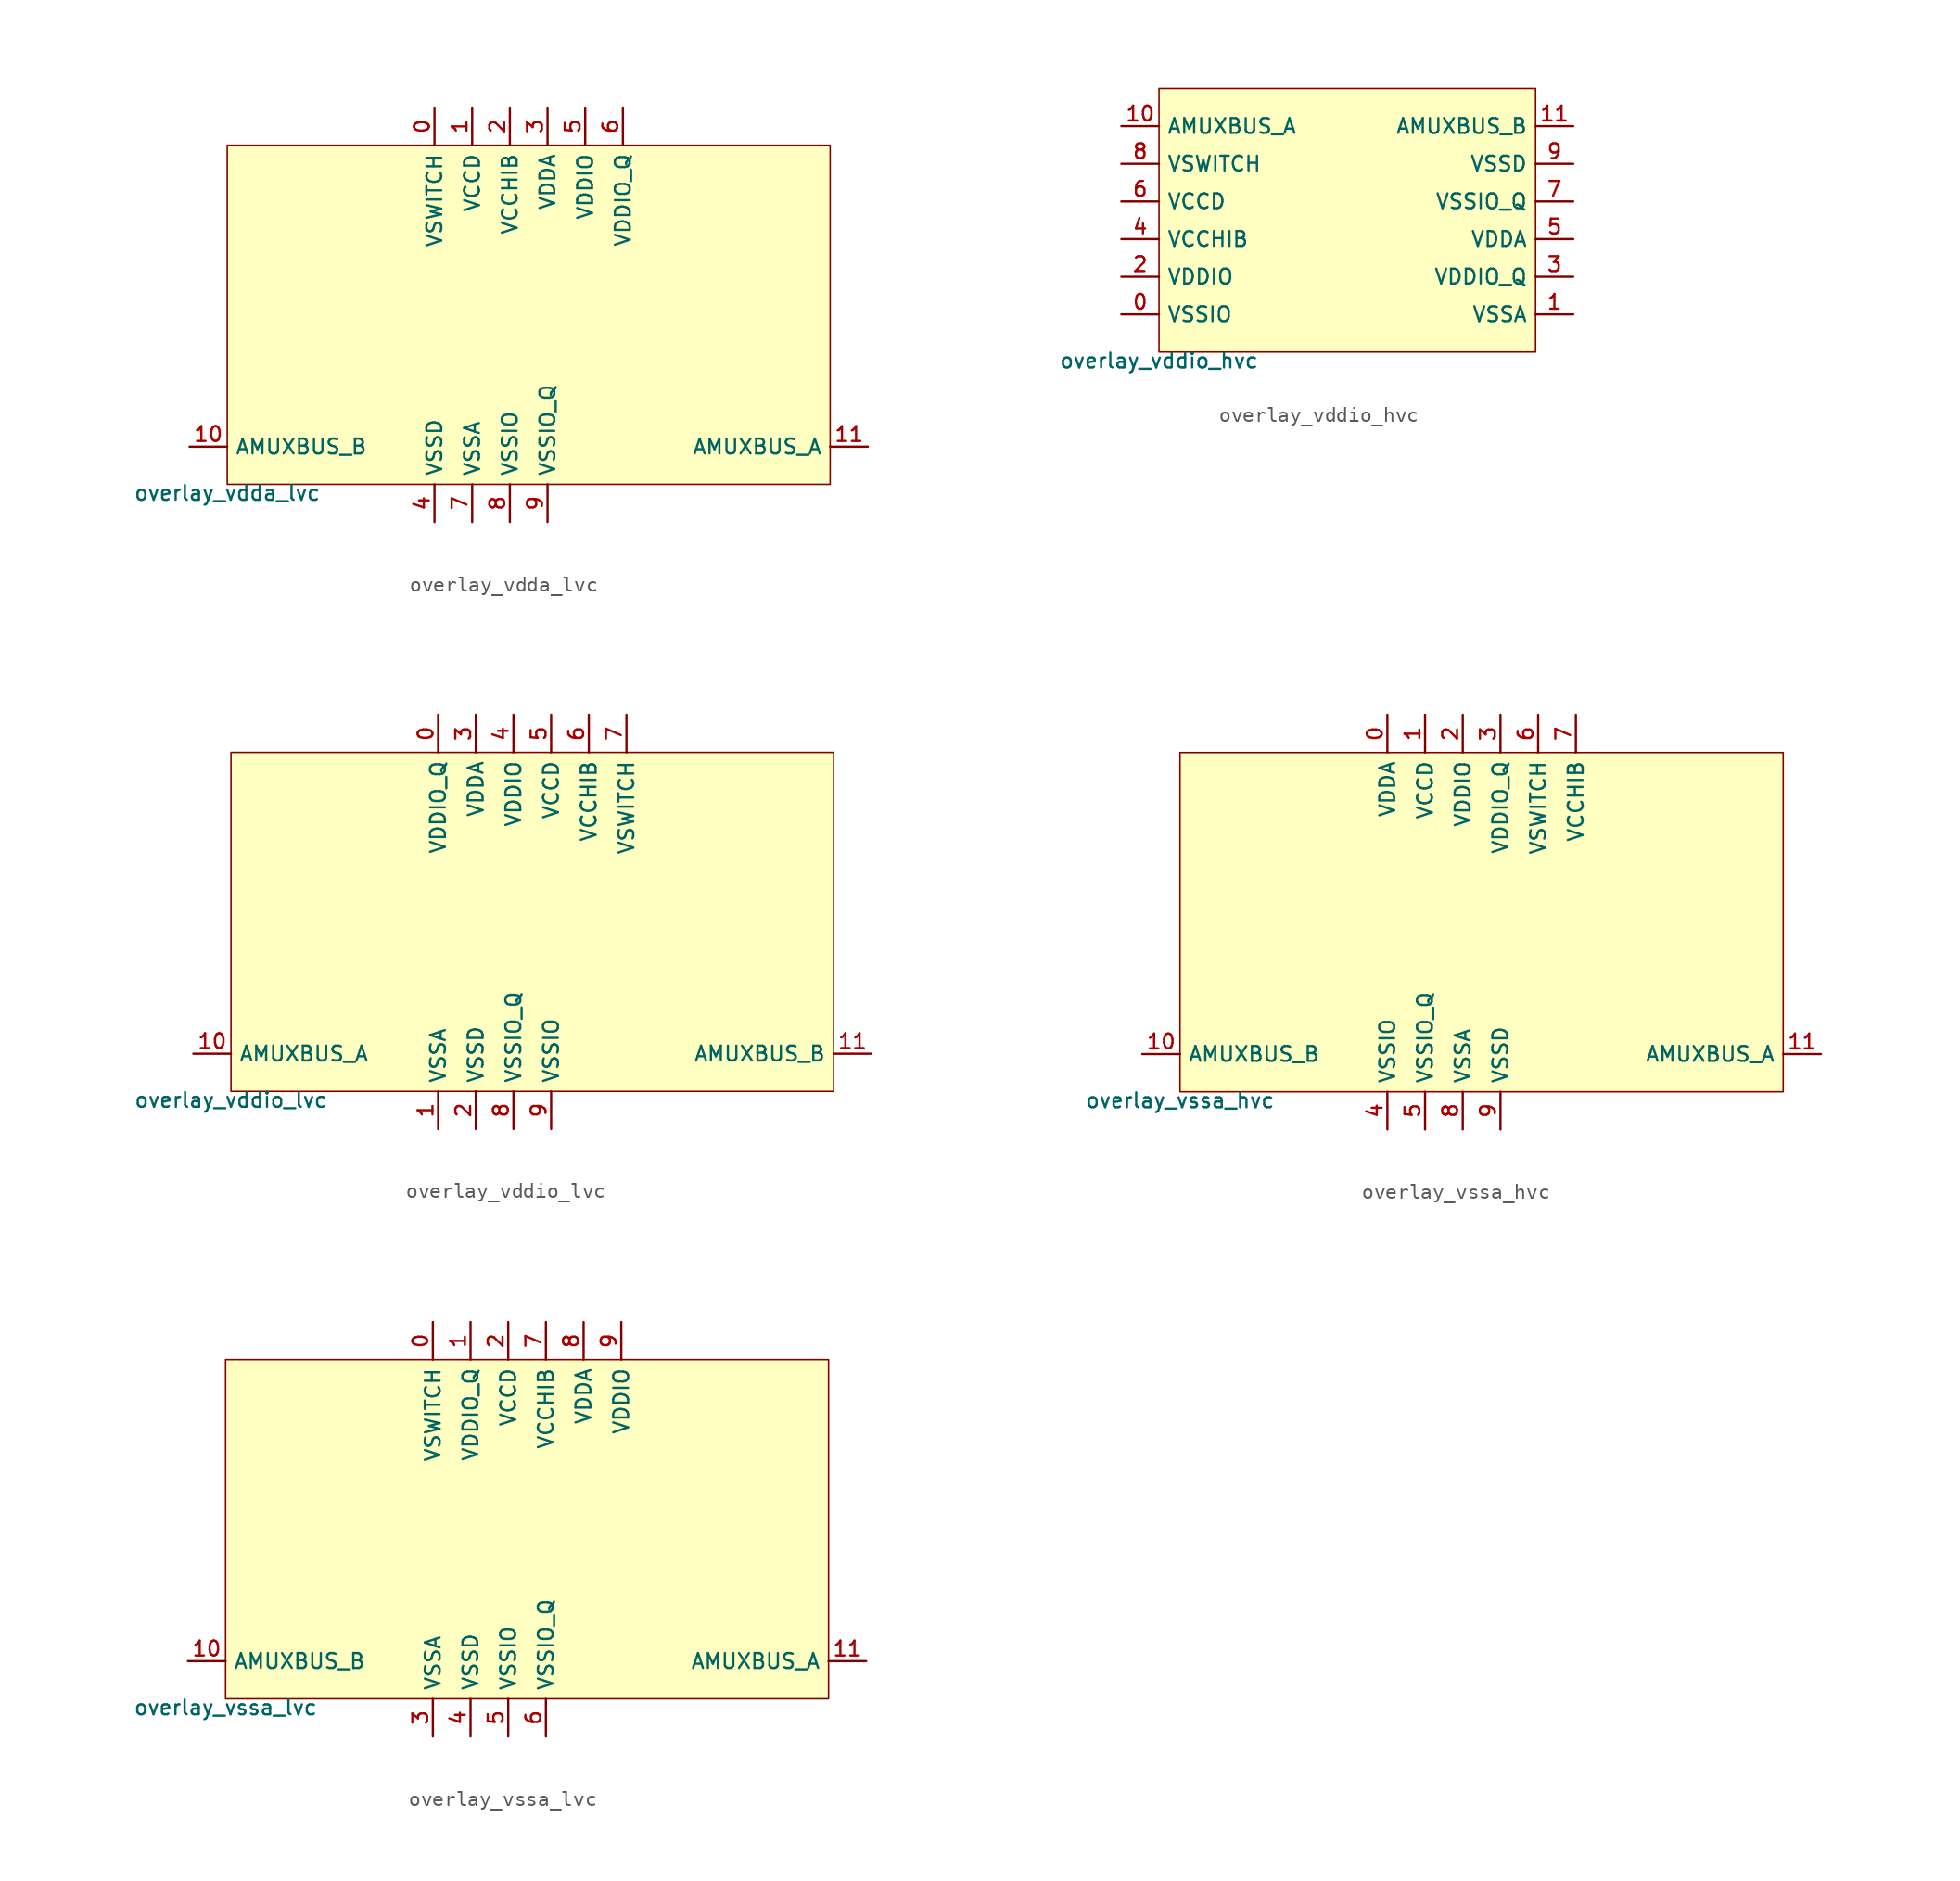
<source format=kicad_sym>
(kicad_symbol_lib
  (version 20211014)
  (generator pdk2kicad)
  (symbol "overlay_vdda_lvc"
    (property "Reference" "X"
      (at 0 0 0)
      (effects (font (size 1 1)) hide))
    (property "Value" "overlay_vdda_lvc"
      (at -20.32 -11.43 0)
      (effects (font (size 1 1)) (justify top)))
    (rectangle
      (start -20.32 -11.43)
      (end 20.32 11.43)
      (stroke (width 0.1) (type solid) (color 0 0 0 0))
      (fill (type background)))
    (pin power_in line
      (at -6.35 13.97 270)
      (length 2.54)
      (name "VSWITCH" (effects (font (size 1 1)) hide))
      (number "0" (effects (font (size 1 1)) hide)))
    (pin power_in line
      (at -3.81 13.97 270)
      (length 2.54)
      (name "VCCD" (effects (font (size 1 1)) hide))
      (number "1" (effects (font (size 1 1)) hide)))
    (pin power_in line
      (at -1.27 13.97 270)
      (length 2.54)
      (name "VCCHIB" (effects (font (size 1 1)) hide))
      (number "2" (effects (font (size 1 1)) hide)))
    (pin power_in line
      (at 1.27 13.97 270)
      (length 2.54)
      (name "VDDA" (effects (font (size 1 1)) hide))
      (number "3" (effects (font (size 1 1)) hide)))
    (pin power_in line
      (at -6.35 -13.97 90)
      (length 2.54)
      (name "VSSD" (effects (font (size 1 1)) hide))
      (number "4" (effects (font (size 1 1)) hide)))
    (pin power_in line
      (at 3.81 13.97 270)
      (length 2.54)
      (name "VDDIO" (effects (font (size 1 1)) hide))
      (number "5" (effects (font (size 1 1)) hide)))
    (pin power_in line
      (at 6.35 13.97 270)
      (length 2.54)
      (name "VDDIO_Q" (effects (font (size 1 1)) hide))
      (number "6" (effects (font (size 1 1)) hide)))
    (pin power_in line
      (at -3.81 -13.97 90)
      (length 2.54)
      (name "VSSA" (effects (font (size 1 1)) hide))
      (number "7" (effects (font (size 1 1)) hide)))
    (pin power_in line
      (at -1.27 -13.97 90)
      (length 2.54)
      (name "VSSIO" (effects (font (size 1 1)) hide))
      (number "8" (effects (font (size 1 1)) hide)))
    (pin power_in line
      (at 1.27 -13.97 90)
      (length 2.54)
      (name "VSSIO_Q" (effects (font (size 1 1)) hide))
      (number "9" (effects (font (size 1 1)) hide)))
    (pin bidirectional line
      (at -22.86 -8.89 0)
      (length 2.54)
      (name "AMUXBUS_B" (effects (font (size 1 1)) hide))
      (number "10" (effects (font (size 1 1)) hide)))
    (pin bidirectional line
      (at 22.86 -8.89 180)
      (length 2.54)
      (name "AMUXBUS_A" (effects (font (size 1 1)) hide))
      (number "11" (effects (font (size 1 1)) hide))))
  (symbol "overlay_vddio_hvc"
    (property "Reference" "X"
      (at 0 0 0)
      (effects (font (size 1 1)) hide))
    (property "Value" "overlay_vddio_hvc"
      (at -12.7 -8.89 0)
      (effects (font (size 1 1)) (justify top)))
    (rectangle
      (start -12.7 -8.89)
      (end 12.7 8.89)
      (stroke (width 0.1) (type solid) (color 0 0 0 0))
      (fill (type background)))
    (pin bidirectional line
      (at -15.24 -6.35 0)
      (length 2.54)
      (name "VSSIO" (effects (font (size 1 1)) hide))
      (number "0" (effects (font (size 1 1)) hide)))
    (pin bidirectional line
      (at 15.24 -6.35 180)
      (length 2.54)
      (name "VSSA" (effects (font (size 1 1)) hide))
      (number "1" (effects (font (size 1 1)) hide)))
    (pin bidirectional line
      (at -15.24 -3.81 0)
      (length 2.54)
      (name "VDDIO" (effects (font (size 1 1)) hide))
      (number "2" (effects (font (size 1 1)) hide)))
    (pin bidirectional line
      (at 15.24 -3.81 180)
      (length 2.54)
      (name "VDDIO_Q" (effects (font (size 1 1)) hide))
      (number "3" (effects (font (size 1 1)) hide)))
    (pin bidirectional line
      (at -15.24 -1.27 0)
      (length 2.54)
      (name "VCCHIB" (effects (font (size 1 1)) hide))
      (number "4" (effects (font (size 1 1)) hide)))
    (pin bidirectional line
      (at 15.24 -1.27 180)
      (length 2.54)
      (name "VDDA" (effects (font (size 1 1)) hide))
      (number "5" (effects (font (size 1 1)) hide)))
    (pin bidirectional line
      (at -15.24 1.27 0)
      (length 2.54)
      (name "VCCD" (effects (font (size 1 1)) hide))
      (number "6" (effects (font (size 1 1)) hide)))
    (pin bidirectional line
      (at 15.24 1.27 180)
      (length 2.54)
      (name "VSSIO_Q" (effects (font (size 1 1)) hide))
      (number "7" (effects (font (size 1 1)) hide)))
    (pin bidirectional line
      (at -15.24 3.81 0)
      (length 2.54)
      (name "VSWITCH" (effects (font (size 1 1)) hide))
      (number "8" (effects (font (size 1 1)) hide)))
    (pin bidirectional line
      (at 15.24 3.81 180)
      (length 2.54)
      (name "VSSD" (effects (font (size 1 1)) hide))
      (number "9" (effects (font (size 1 1)) hide)))
    (pin bidirectional line
      (at -15.24 6.35 0)
      (length 2.54)
      (name "AMUXBUS_A" (effects (font (size 1 1)) hide))
      (number "10" (effects (font (size 1 1)) hide)))
    (pin bidirectional line
      (at 15.24 6.35 180)
      (length 2.54)
      (name "AMUXBUS_B" (effects (font (size 1 1)) hide))
      (number "11" (effects (font (size 1 1)) hide))))
  (symbol "overlay_vddio_lvc"
    (property "Reference" "X"
      (at 0 0 0)
      (effects (font (size 1 1)) hide))
    (property "Value" "overlay_vddio_lvc"
      (at -20.32 -11.43 0)
      (effects (font (size 1 1)) (justify top)))
    (rectangle
      (start -20.32 -11.43)
      (end 20.32 11.43)
      (stroke (width 0.1) (type solid) (color 0 0 0 0))
      (fill (type background)))
    (pin power_in line
      (at -6.35 13.97 270)
      (length 2.54)
      (name "VDDIO_Q" (effects (font (size 1 1)) hide))
      (number "0" (effects (font (size 1 1)) hide)))
    (pin power_in line
      (at -6.35 -13.97 90)
      (length 2.54)
      (name "VSSA" (effects (font (size 1 1)) hide))
      (number "1" (effects (font (size 1 1)) hide)))
    (pin power_in line
      (at -3.81 -13.97 90)
      (length 2.54)
      (name "VSSD" (effects (font (size 1 1)) hide))
      (number "2" (effects (font (size 1 1)) hide)))
    (pin power_in line
      (at -3.81 13.97 270)
      (length 2.54)
      (name "VDDA" (effects (font (size 1 1)) hide))
      (number "3" (effects (font (size 1 1)) hide)))
    (pin power_in line
      (at -1.27 13.97 270)
      (length 2.54)
      (name "VDDIO" (effects (font (size 1 1)) hide))
      (number "4" (effects (font (size 1 1)) hide)))
    (pin power_in line
      (at 1.27 13.97 270)
      (length 2.54)
      (name "VCCD" (effects (font (size 1 1)) hide))
      (number "5" (effects (font (size 1 1)) hide)))
    (pin power_in line
      (at 3.81 13.97 270)
      (length 2.54)
      (name "VCCHIB" (effects (font (size 1 1)) hide))
      (number "6" (effects (font (size 1 1)) hide)))
    (pin power_in line
      (at 6.35 13.97 270)
      (length 2.54)
      (name "VSWITCH" (effects (font (size 1 1)) hide))
      (number "7" (effects (font (size 1 1)) hide)))
    (pin power_in line
      (at -1.27 -13.97 90)
      (length 2.54)
      (name "VSSIO_Q" (effects (font (size 1 1)) hide))
      (number "8" (effects (font (size 1 1)) hide)))
    (pin power_in line
      (at 1.27 -13.97 90)
      (length 2.54)
      (name "VSSIO" (effects (font (size 1 1)) hide))
      (number "9" (effects (font (size 1 1)) hide)))
    (pin bidirectional line
      (at -22.86 -8.89 0)
      (length 2.54)
      (name "AMUXBUS_A" (effects (font (size 1 1)) hide))
      (number "10" (effects (font (size 1 1)) hide)))
    (pin bidirectional line
      (at 22.86 -8.89 180)
      (length 2.54)
      (name "AMUXBUS_B" (effects (font (size 1 1)) hide))
      (number "11" (effects (font (size 1 1)) hide))))
  (symbol "overlay_vssa_hvc"
    (property "Reference" "X"
      (at 0 0 0)
      (effects (font (size 1 1)) hide))
    (property "Value" "overlay_vssa_hvc"
      (at -20.32 -11.43 0)
      (effects (font (size 1 1)) (justify top)))
    (rectangle
      (start -20.32 -11.43)
      (end 20.32 11.43)
      (stroke (width 0.1) (type solid) (color 0 0 0 0))
      (fill (type background)))
    (pin power_in line
      (at -6.35 13.97 270)
      (length 2.54)
      (name "VDDA" (effects (font (size 1 1)) hide))
      (number "0" (effects (font (size 1 1)) hide)))
    (pin power_in line
      (at -3.81 13.97 270)
      (length 2.54)
      (name "VCCD" (effects (font (size 1 1)) hide))
      (number "1" (effects (font (size 1 1)) hide)))
    (pin power_in line
      (at -1.27 13.97 270)
      (length 2.54)
      (name "VDDIO" (effects (font (size 1 1)) hide))
      (number "2" (effects (font (size 1 1)) hide)))
    (pin power_in line
      (at 1.27 13.97 270)
      (length 2.54)
      (name "VDDIO_Q" (effects (font (size 1 1)) hide))
      (number "3" (effects (font (size 1 1)) hide)))
    (pin power_in line
      (at -6.35 -13.97 90)
      (length 2.54)
      (name "VSSIO" (effects (font (size 1 1)) hide))
      (number "4" (effects (font (size 1 1)) hide)))
    (pin power_in line
      (at -3.81 -13.97 90)
      (length 2.54)
      (name "VSSIO_Q" (effects (font (size 1 1)) hide))
      (number "5" (effects (font (size 1 1)) hide)))
    (pin power_in line
      (at 3.81 13.97 270)
      (length 2.54)
      (name "VSWITCH" (effects (font (size 1 1)) hide))
      (number "6" (effects (font (size 1 1)) hide)))
    (pin power_in line
      (at 6.35 13.97 270)
      (length 2.54)
      (name "VCCHIB" (effects (font (size 1 1)) hide))
      (number "7" (effects (font (size 1 1)) hide)))
    (pin power_in line
      (at -1.27 -13.97 90)
      (length 2.54)
      (name "VSSA" (effects (font (size 1 1)) hide))
      (number "8" (effects (font (size 1 1)) hide)))
    (pin power_in line
      (at 1.27 -13.97 90)
      (length 2.54)
      (name "VSSD" (effects (font (size 1 1)) hide))
      (number "9" (effects (font (size 1 1)) hide)))
    (pin bidirectional line
      (at -22.86 -8.89 0)
      (length 2.54)
      (name "AMUXBUS_B" (effects (font (size 1 1)) hide))
      (number "10" (effects (font (size 1 1)) hide)))
    (pin bidirectional line
      (at 22.86 -8.89 180)
      (length 2.54)
      (name "AMUXBUS_A" (effects (font (size 1 1)) hide))
      (number "11" (effects (font (size 1 1)) hide))))
  (symbol "overlay_vssa_lvc"
    (property "Reference" "X"
      (at 0 0 0)
      (effects (font (size 1 1)) hide))
    (property "Value" "overlay_vssa_lvc"
      (at -20.32 -11.43 0)
      (effects (font (size 1 1)) (justify top)))
    (rectangle
      (start -20.32 -11.43)
      (end 20.32 11.43)
      (stroke (width 0.1) (type solid) (color 0 0 0 0))
      (fill (type background)))
    (pin power_in line
      (at -6.35 13.97 270)
      (length 2.54)
      (name "VSWITCH" (effects (font (size 1 1)) hide))
      (number "0" (effects (font (size 1 1)) hide)))
    (pin power_in line
      (at -3.81 13.97 270)
      (length 2.54)
      (name "VDDIO_Q" (effects (font (size 1 1)) hide))
      (number "1" (effects (font (size 1 1)) hide)))
    (pin power_in line
      (at -1.27 13.97 270)
      (length 2.54)
      (name "VCCD" (effects (font (size 1 1)) hide))
      (number "2" (effects (font (size 1 1)) hide)))
    (pin power_in line
      (at -6.35 -13.97 90)
      (length 2.54)
      (name "VSSA" (effects (font (size 1 1)) hide))
      (number "3" (effects (font (size 1 1)) hide)))
    (pin power_in line
      (at -3.81 -13.97 90)
      (length 2.54)
      (name "VSSD" (effects (font (size 1 1)) hide))
      (number "4" (effects (font (size 1 1)) hide)))
    (pin power_in line
      (at -1.27 -13.97 90)
      (length 2.54)
      (name "VSSIO" (effects (font (size 1 1)) hide))
      (number "5" (effects (font (size 1 1)) hide)))
    (pin power_in line
      (at 1.27 -13.97 90)
      (length 2.54)
      (name "VSSIO_Q" (effects (font (size 1 1)) hide))
      (number "6" (effects (font (size 1 1)) hide)))
    (pin power_in line
      (at 1.27 13.97 270)
      (length 2.54)
      (name "VCCHIB" (effects (font (size 1 1)) hide))
      (number "7" (effects (font (size 1 1)) hide)))
    (pin power_in line
      (at 3.81 13.97 270)
      (length 2.54)
      (name "VDDA" (effects (font (size 1 1)) hide))
      (number "8" (effects (font (size 1 1)) hide)))
    (pin power_in line
      (at 6.35 13.97 270)
      (length 2.54)
      (name "VDDIO" (effects (font (size 1 1)) hide))
      (number "9" (effects (font (size 1 1)) hide)))
    (pin bidirectional line
      (at -22.86 -8.89 0)
      (length 2.54)
      (name "AMUXBUS_B" (effects (font (size 1 1)) hide))
      (number "10" (effects (font (size 1 1)) hide)))
    (pin bidirectional line
      (at 22.86 -8.89 180)
      (length 2.54)
      (name "AMUXBUS_A" (effects (font (size 1 1)) hide))
      (number "11" (effects (font (size 1 1)) hide)))))
</source>
